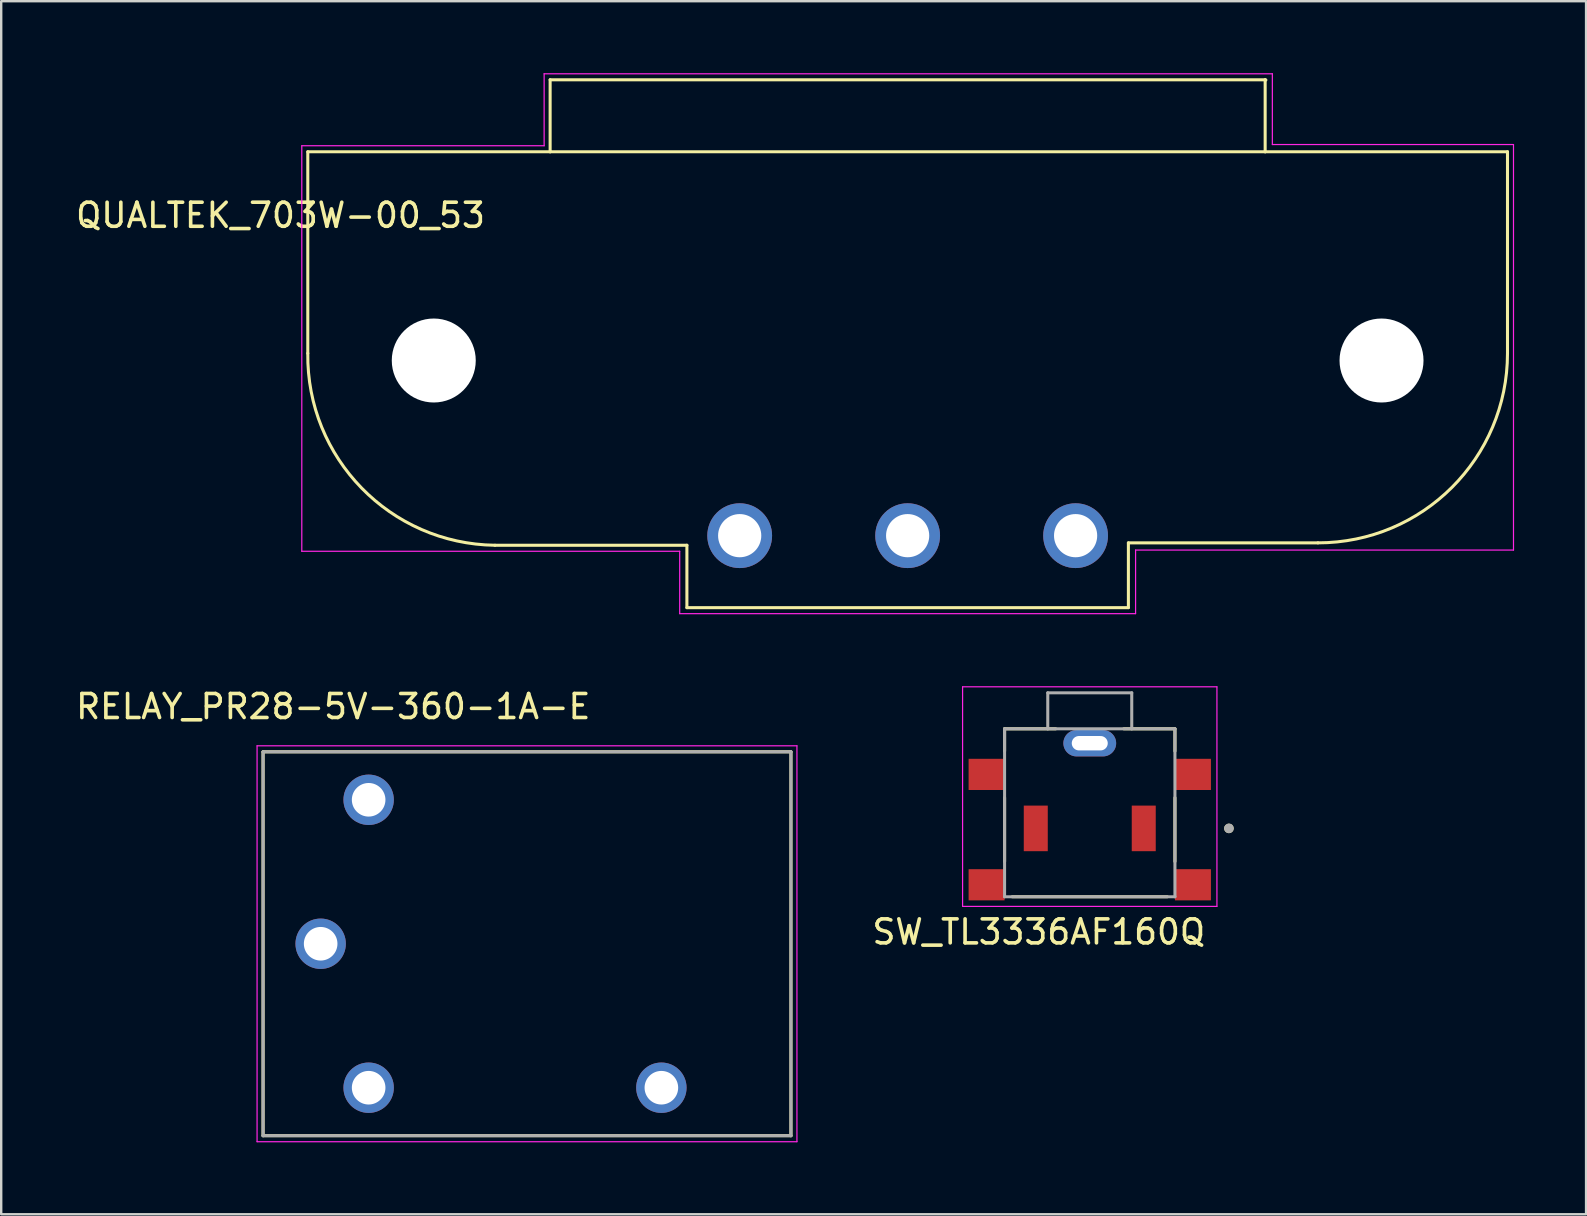
<source format=kicad_pcb>
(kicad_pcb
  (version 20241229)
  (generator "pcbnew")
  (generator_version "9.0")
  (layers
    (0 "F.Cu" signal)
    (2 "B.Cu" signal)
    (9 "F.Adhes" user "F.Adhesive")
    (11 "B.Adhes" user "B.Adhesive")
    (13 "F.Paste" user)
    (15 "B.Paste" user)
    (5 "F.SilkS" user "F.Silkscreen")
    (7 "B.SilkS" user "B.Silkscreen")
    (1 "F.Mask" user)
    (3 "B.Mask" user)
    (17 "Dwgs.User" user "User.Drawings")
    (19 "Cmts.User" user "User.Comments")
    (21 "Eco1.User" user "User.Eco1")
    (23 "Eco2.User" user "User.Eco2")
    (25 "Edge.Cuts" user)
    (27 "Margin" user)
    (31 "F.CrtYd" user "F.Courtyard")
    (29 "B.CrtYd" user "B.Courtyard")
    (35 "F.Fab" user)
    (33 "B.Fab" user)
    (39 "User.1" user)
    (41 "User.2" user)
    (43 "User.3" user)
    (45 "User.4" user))
  (footprint "SW_TL3336AF160Q"
    (layer "F.Cu")
    (at 42.368 27.925)
    (property "Reference" "SW_TL3336AF160Q" (at -2.125 7.865 0) (layer "F.SilkS") (effects (font (size 1 1) (thickness 0.15))))
    (attr smd)
    (fp_line (start -3.55 -0.6) (end -3.55 0.33) (stroke (width 0.127) (type solid)) (layer "F.SilkS"))
    (fp_line (start -3.55 2.27) (end -3.55 4.93) (stroke (width 0.127) (type solid)) (layer "F.SilkS"))
    (fp_line (start -3.23 6.4) (end 3.23 6.4) (stroke (width 0.127) (type solid)) (layer "F.SilkS"))
    (fp_line (start -1.42 -0.6) (end -3.55 -0.6) (stroke (width 0.127) (type solid)) (layer "F.SilkS"))
    (fp_line (start 3.55 -0.6) (end 1.42 -0.6) (stroke (width 0.127) (type solid)) (layer "F.SilkS"))
    (fp_line (start 3.55 0.33) (end 3.55 -0.6) (stroke (width 0.127) (type solid)) (layer "F.SilkS"))
    (fp_line (start 3.55 2.27) (end 3.55 4.93) (stroke (width 0.127) (type solid)) (layer "F.SilkS"))
    (fp_circle (center 5.8 3.55) (end 5.9 3.55) (stroke (width 0.2) (type solid)) (fill no) (layer "F.SilkS"))
    (fp_line (start -5.3 -2.35) (end -5.3 6.8) (stroke (width 0.05) (type solid)) (layer "F.CrtYd"))
    (fp_line (start -5.3 6.8) (end 5.3 6.8) (stroke (width 0.05) (type solid)) (layer "F.CrtYd"))
    (fp_line (start 5.3 -2.35) (end -5.3 -2.35) (stroke (width 0.05) (type solid)) (layer "F.CrtYd"))
    (fp_line (start 5.3 6.8) (end 5.3 -2.35) (stroke (width 0.05) (type solid)) (layer "F.CrtYd"))
    (fp_line (start -3.55 -0.6) (end -3.55 6.4) (stroke (width 0.127) (type solid)) (layer "F.Fab"))
    (fp_line (start -3.55 6.4) (end 3.55 6.4) (stroke (width 0.127) (type solid)) (layer "F.Fab"))
    (fp_line (start -1.75 -2.1) (end 1.75 -2.1) (stroke (width 0.127) (type solid)) (layer "F.Fab"))
    (fp_line (start -1.75 -0.6) (end -3.55 -0.6) (stroke (width 0.127) (type solid)) (layer "F.Fab"))
    (fp_line (start -1.75 -0.6) (end -1.75 -2.1) (stroke (width 0.127) (type solid)) (layer "F.Fab"))
    (fp_line (start 1.75 -2.1) (end 1.75 -0.6) (stroke (width 0.127) (type solid)) (layer "F.Fab"))
    (fp_line (start 1.75 -0.6) (end -1.75 -0.6) (stroke (width 0.127) (type solid)) (layer "F.Fab"))
    (fp_line (start 3.55 -0.6) (end 1.75 -0.6) (stroke (width 0.127) (type solid)) (layer "F.Fab"))
    (fp_line (start 3.55 6.4) (end 3.55 -0.6) (stroke (width 0.127) (type solid)) (layer "F.Fab"))
    (fp_circle (center 5.8 3.55) (end 5.9 3.55) (stroke (width 0.2) (type solid)) (fill no) (layer "F.Fab"))
    (pad "1" smd rect (at 2.25 3.55) (size 1 1.9) (layers "F.Cu" "F.Mask" "F.Paste"))
    (pad "2" smd rect (at -2.25 3.55) (size 1 1.9) (layers "F.Cu" "F.Mask" "F.Paste"))
    (pad "SH1" thru_hole oval (at 0 0) (size 2.2 1.1) (drill oval 1.5 0.6) (layers "*.Cu" "*.Mask"))
    (pad "SH2" smd rect (at -4.3 1.3) (size 1.5 1.3) (layers "F.Cu" "F.Mask" "F.Paste"))
    (pad "SH3" smd rect (at -4.3 5.9) (size 1.5 1.3) (layers "F.Cu" "F.Mask" "F.Paste"))
    (pad "SH4" smd rect (at 4.3 5.9) (size 1.5 1.3) (layers "F.Cu" "F.Mask" "F.Paste"))
    (pad "SH5" smd rect (at 4.3 1.3) (size 1.5 1.3) (layers "F.Cu" "F.Mask" "F.Paste")))
  (footprint "RELAY_PR28-5V-360-1A-E"
    (layer "F.Cu")
    (at 18.414 36.283)
    (property "Reference" "RELAY_PR28-5V-360-1A-E" (at -7.575 -9.885 0) (layer "F.SilkS") (effects (font (size 1 1) (thickness 0.15))))
    (attr through_hole)
    (fp_line (start -10.5 -8) (end 11.5 -8) (stroke (width 0.127) (type solid)) (layer "F.SilkS"))
    (fp_line (start -10.5 8) (end -10.5 -8) (stroke (width 0.127) (type solid)) (layer "F.SilkS"))
    (fp_line (start 11.5 -8) (end 11.5 8) (stroke (width 0.127) (type solid)) (layer "F.SilkS"))
    (fp_line (start 11.5 8) (end -10.5 8) (stroke (width 0.127) (type solid)) (layer "F.SilkS"))
    (fp_line (start -10.75 -8.25) (end -10.75 8.25) (stroke (width 0.05) (type solid)) (layer "F.CrtYd"))
    (fp_line (start -10.75 8.25) (end 11.75 8.25) (stroke (width 0.05) (type solid)) (layer "F.CrtYd"))
    (fp_line (start 11.75 -8.25) (end -10.75 -8.25) (stroke (width 0.05) (type solid)) (layer "F.CrtYd"))
    (fp_line (start 11.75 8.25) (end 11.75 -8.25) (stroke (width 0.05) (type solid)) (layer "F.CrtYd"))
    (fp_line (start -10.5 -8) (end 11.5 -8) (stroke (width 0.127) (type solid)) (layer "F.Fab"))
    (fp_line (start -10.5 8) (end -10.5 -8) (stroke (width 0.127) (type solid)) (layer "F.Fab"))
    (fp_line (start 11.5 -8) (end 11.5 8) (stroke (width 0.127) (type solid)) (layer "F.Fab"))
    (fp_line (start 11.5 8) (end -10.5 8) (stroke (width 0.127) (type solid)) (layer "F.Fab"))
    (pad "COIL1" thru_hole circle (at -6.1 -6) (size 2.1 2.1) (drill 1.4) (layers "*.Cu" "*.Mask"))
    (pad "COIL2" thru_hole circle (at -6.1 6) (size 2.1 2.1) (drill 1.4) (layers "*.Cu" "*.Mask"))
    (pad "COM" thru_hole circle (at -8.1 0) (size 2.1 2.1) (drill 1.4) (layers "*.Cu" "*.Mask"))
    (pad "NO" thru_hole circle (at 6.1 6) (size 2.1 2.1) (drill 1.4) (layers "*.Cu" "*.Mask")))
  (footprint "QUALTEK_703W-00_53"
    (layer "F.Cu")
    (at 34.778 19.275)
    (property "Reference" "QUALTEK_703W-00_53" (at -26.136 -13.351 180) (layer "F.SilkS") (effects (font (size 1.002 1.002) (thickness 0.15))))
    (attr through_hole)
    (fp_line (start -25 -16) (end -25 -7.6) (stroke (width 0.127) (type solid)) (layer "F.SilkS"))
    (fp_line (start -25 -16) (end -14.9 -16) (stroke (width 0.127) (type solid)) (layer "F.SilkS"))
    (fp_line (start -17.2 0.4) (end -9.2 0.4) (stroke (width 0.127) (type solid)) (layer "F.SilkS"))
    (fp_line (start -14.9 -19) (end -14.9 -16) (stroke (width 0.127) (type solid)) (layer "F.SilkS"))
    (fp_line (start -14.9 -19) (end 14.9 -19) (stroke (width 0.127) (type solid)) (layer "F.SilkS"))
    (fp_line (start -14.9 -16) (end 14.9 -16) (stroke (width 0.127) (type solid)) (layer "F.SilkS"))
    (fp_line (start -9.2 0.4) (end -9.2 3) (stroke (width 0.127) (type solid)) (layer "F.SilkS"))
    (fp_line (start -9.2 3) (end 9.2 3) (stroke (width 0.127) (type solid)) (layer "F.SilkS"))
    (fp_line (start 9.2 3) (end 9.2 0.3) (stroke (width 0.127) (type solid)) (layer "F.SilkS"))
    (fp_line (start 14.9 -19) (end 14.9 -16) (stroke (width 0.127) (type solid)) (layer "F.SilkS"))
    (fp_line (start 14.9 -16) (end 25 -16) (stroke (width 0.127) (type solid)) (layer "F.SilkS"))
    (fp_line (start 14.93 -18.99) (end 14.9 -19) (stroke (width 0.127) (type solid)) (layer "F.SilkS"))
    (fp_line (start 17.1 0.3) (end 9.2 0.3) (stroke (width 0.127) (type solid)) (layer "F.SilkS"))
    (fp_line (start 25 -16) (end 25 -7.6) (stroke (width 0.127) (type solid)) (layer "F.SilkS"))
    (fp_arc (start -17.2 0.4) (mid -22.756854 -1.984567) (end -25 -7.6) (stroke (width 0.127) (type solid)) (layer "F.SilkS"))
    (fp_arc (start 25 -7.6) (mid 22.686144 -2.013856) (end 17.1 0.3) (stroke (width 0.127) (type solid)) (layer "F.SilkS"))
    (fp_line (start -25.25 -16.25) (end -15.15 -16.25) (stroke (width 0.05) (type solid)) (layer "F.CrtYd"))
    (fp_line (start -25.25 0.65) (end -25.25 -16.25) (stroke (width 0.05) (type solid)) (layer "F.CrtYd"))
    (fp_line (start -15.15 -19.25) (end 15.2 -19.25) (stroke (width 0.05) (type solid)) (layer "F.CrtYd"))
    (fp_line (start -15.15 -16.25) (end -15.15 -19.25) (stroke (width 0.05) (type solid)) (layer "F.CrtYd"))
    (fp_line (start -9.5 0.65) (end -25.25 0.65) (stroke (width 0.05) (type solid)) (layer "F.CrtYd"))
    (fp_line (start -9.5 3.25) (end -9.5 0.65) (stroke (width 0.05) (type solid)) (layer "F.CrtYd"))
    (fp_line (start 9.5 0.6) (end 9.5 3.25) (stroke (width 0.05) (type solid)) (layer "F.CrtYd"))
    (fp_line (start 9.5 3.25) (end -9.5 3.25) (stroke (width 0.05) (type solid)) (layer "F.CrtYd"))
    (fp_line (start 15.2 -19.25) (end 15.2 -16.3) (stroke (width 0.05) (type solid)) (layer "F.CrtYd"))
    (fp_line (start 15.2 -16.3) (end 25.25 -16.3) (stroke (width 0.05) (type solid)) (layer "F.CrtYd"))
    (fp_line (start 25.25 -16.3) (end 25.25 0.6) (stroke (width 0.05) (type solid)) (layer "F.CrtYd"))
    (fp_line (start 25.25 0.6) (end 9.5 0.6) (stroke (width 0.05) (type solid)) (layer "F.CrtYd"))
    (pad "" np_thru_hole circle (at -19.75 -7.3) (size 3.5 3.5) (drill 3.5) (layers "*.Cu" "*.Mask"))
    (pad "" np_thru_hole circle (at 19.75 -7.3) (size 3.5 3.5) (drill 3.5) (layers "*.Cu" "*.Mask"))
    (pad "1" thru_hole circle (at -7 0) (size 2.7 2.7) (drill 1.8) (layers "*.Cu" "*.Mask"))
    (pad "2" thru_hole circle (at 0 0) (size 2.7 2.7) (drill 1.8) (layers "*.Cu" "*.Mask"))
    (pad "3" thru_hole circle (at 7 0) (size 2.7 2.7) (drill 1.8) (layers "*.Cu" "*.Mask")))
  (gr_rect
    (start -3 -3)
    (end 63.053 47.558)
    (stroke (width 0.1) (type default))
    (fill no)
    (layer "Edge.Cuts")))
</source>
